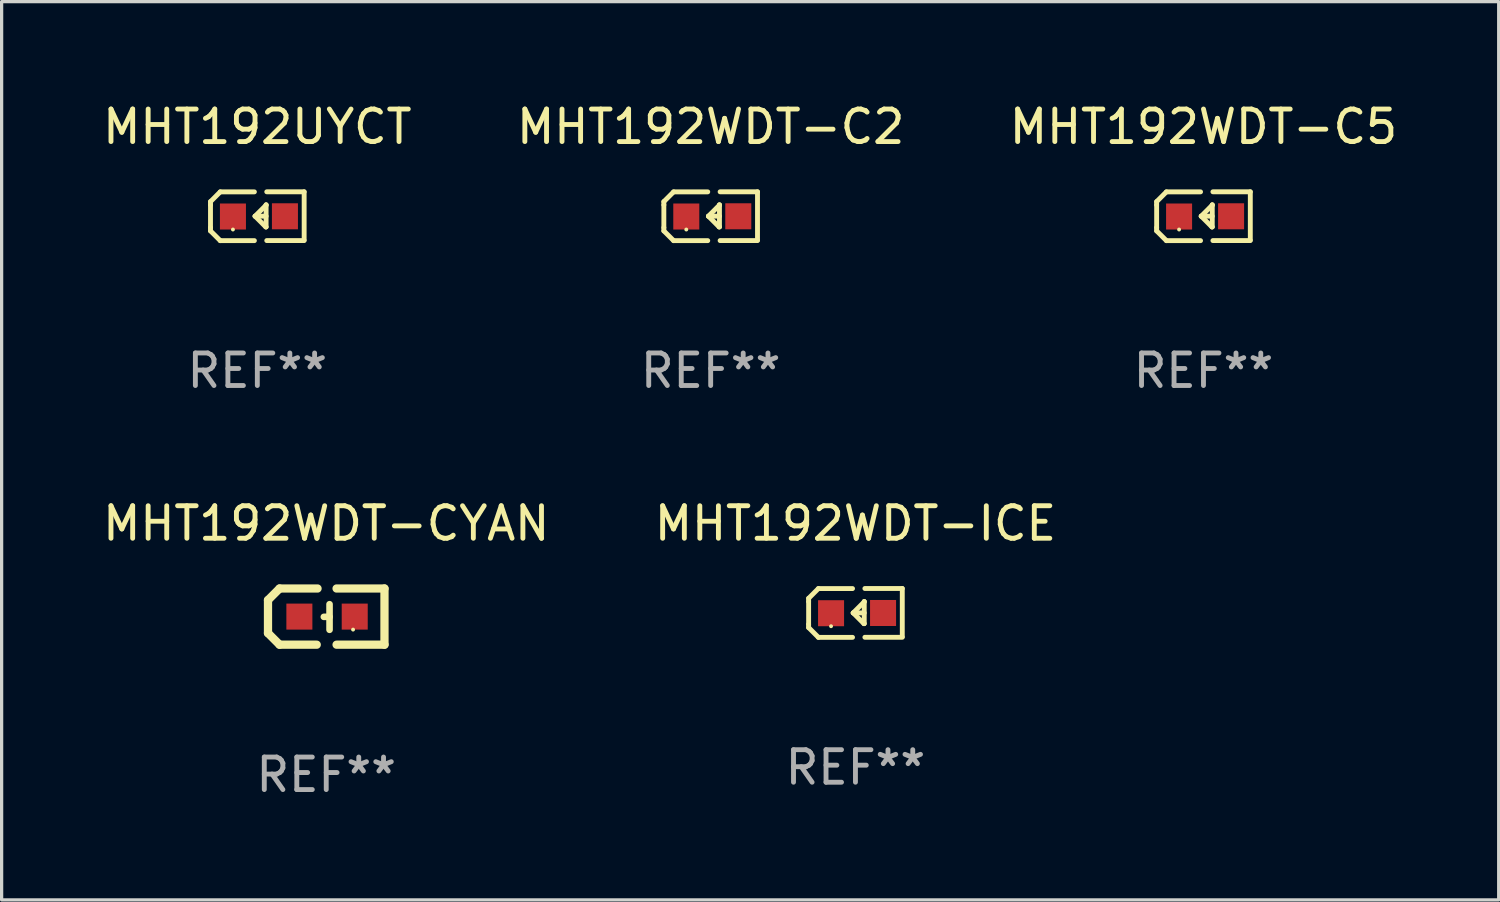
<source format=kicad_pcb>
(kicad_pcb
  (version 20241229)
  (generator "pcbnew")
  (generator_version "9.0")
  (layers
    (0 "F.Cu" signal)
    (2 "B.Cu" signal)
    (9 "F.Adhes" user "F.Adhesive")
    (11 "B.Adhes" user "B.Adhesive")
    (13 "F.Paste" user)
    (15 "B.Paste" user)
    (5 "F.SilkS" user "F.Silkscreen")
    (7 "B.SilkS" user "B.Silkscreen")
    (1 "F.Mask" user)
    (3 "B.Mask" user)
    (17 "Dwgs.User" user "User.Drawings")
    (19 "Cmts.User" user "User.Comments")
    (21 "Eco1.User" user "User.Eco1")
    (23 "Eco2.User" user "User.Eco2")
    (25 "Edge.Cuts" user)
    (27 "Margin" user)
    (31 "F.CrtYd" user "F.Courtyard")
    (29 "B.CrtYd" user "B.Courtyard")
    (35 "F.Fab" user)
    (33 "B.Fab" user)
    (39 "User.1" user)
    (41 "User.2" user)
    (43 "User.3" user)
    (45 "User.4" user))
  (footprint "MHT192WDT-ICE"
    (layer "F.Cu")
    (at 23.256 15.798)
    (property "Reference" "MHT192WDT-ICE" (at 0 -2.751 0) (layer "F.SilkS") (effects (font (size 1 1) (thickness 0.15))))
    (attr through_hole)
    (fp_line (start -1.44 -0.449) (end -1.14 -0.749) (stroke (width 0.15) (type solid)) (layer "F.SilkS"))
    (fp_line (start -1.44 -0.349) (end -1.44 -0.449) (stroke (width 0.15) (type solid)) (layer "F.SilkS"))
    (fp_line (start -1.44 -0.349) (end -1.44 0.351) (stroke (width 0.15) (type solid)) (layer "F.SilkS"))
    (fp_line (start -1.44 0.351) (end -1.44 0.451) (stroke (width 0.15) (type solid)) (layer "F.SilkS"))
    (fp_line (start -1.44 0.451) (end -1.14 0.751) (stroke (width 0.15) (type solid)) (layer "F.SilkS"))
    (fp_line (start -0.09 -0.749) (end -1.14 -0.749) (stroke (width 0.15) (type solid)) (layer "F.SilkS"))
    (fp_line (start -0.09 0.751) (end -1.14 0.751) (stroke (width 0.15) (type solid)) (layer "F.SilkS"))
    (fp_line (start 0.26 0.329) (end -0.07 -0.001) (stroke (width 0.15) (type solid)) (layer "F.SilkS"))
    (fp_line (start 0.27 -0.351) (end 0.27 -0.341) (stroke (width 0.15) (type solid)) (layer "F.SilkS"))
    (fp_line (start 0.27 -0.351) (end 0.27 0.329) (stroke (width 0.15) (type solid)) (layer "F.SilkS"))
    (fp_line (start 0.27 -0.341) (end -0.07 -0.001) (stroke (width 0.15) (type solid)) (layer "F.SilkS"))
    (fp_line (start 0.27 -0.001) (end -0.07 -0.001) (stroke (width 0.15) (type solid)) (layer "F.SilkS"))
    (fp_line (start 0.27 0.329) (end 0.26 0.329) (stroke (width 0.15) (type solid)) (layer "F.SilkS"))
    (fp_line (start 0.29 -0.751) (end 1.44 -0.751) (stroke (width 0.15) (type solid)) (layer "F.SilkS"))
    (fp_line (start 0.29 0.749) (end 1.44 0.749) (stroke (width 0.15) (type solid)) (layer "F.SilkS"))
    (fp_line (start 1.44 -0.751) (end 1.44 0.729) (stroke (width 0.15) (type solid)) (layer "F.SilkS"))
    (fp_circle (center -0.75 0.409) (end -0.72 0.409) (stroke (width 0.06) (type solid)) (fill no) (layer "F.SilkS"))
    (fp_text user "REF**" (at 0 4.751 0) (layer "F.Fab") (effects (font (size 1 1) (thickness 0.15))))
    (pad "1" smd rect (at -0.75 0.009 90) (size 0.8 0.8) (layers "F.Cu" "F.Mask" "F.Paste"))
    (pad "2" smd rect (at 0.849 0.002 90) (size 0.8 0.8) (layers "F.Cu" "F.Mask" "F.Paste")))
  (footprint "MHT192WDT-CYAN"
    (layer "F.Cu")
    (at 6.982 15.911)
    (property "Reference" "MHT192WDT-CYAN" (at 0 -2.864 0) (layer "F.SilkS") (effects (font (size 1 1) (thickness 0.15))))
    (attr through_hole)
    (fp_line (start -1.791 -0.508) (end -1.435 -0.864) (stroke (width 0.254) (type solid)) (layer "F.SilkS"))
    (fp_line (start -1.791 0.508) (end -1.791 -0.508) (stroke (width 0.254) (type solid)) (layer "F.SilkS"))
    (fp_line (start -1.435 0.864) (end -1.791 0.508) (stroke (width 0.254) (type solid)) (layer "F.SilkS"))
    (fp_line (start -0.292 0.864) (end -1.435 0.864) (stroke (width 0.254) (type solid)) (layer "F.SilkS"))
    (fp_line (start -0.267 -0.864) (end -1.435 -0.864) (stroke (width 0.254) (type solid)) (layer "F.SilkS"))
    (fp_line (start 0.102 0.008) (end -0.074 0.008) (stroke (width 0.203) (type solid)) (layer "F.SilkS"))
    (fp_line (start 0.102 0.406) (end 0.102 -0.381) (stroke (width 0.203) (type solid)) (layer "F.SilkS"))
    (fp_line (start 1.791 -0.864) (end 0.318 -0.864) (stroke (width 0.254) (type solid)) (layer "F.SilkS"))
    (fp_line (start 1.791 0.864) (end 0.318 0.864) (stroke (width 0.254) (type solid)) (layer "F.SilkS"))
    (fp_line (start 1.791 0.864) (end 1.791 -0.864) (stroke (width 0.254) (type solid)) (layer "F.SilkS"))
    (fp_circle (center 0.825 0.4) (end 0.855 0.4) (stroke (width 0.06) (type solid)) (fill no) (layer "F.SilkS"))
    (fp_text user "REF**" (at 0 4.864 0) (layer "F.Fab") (effects (font (size 1 1) (thickness 0.15))))
    (pad "1" smd rect (at 0.876 0 90) (size 0.8 0.8) (layers "F.Cu" "F.Mask" "F.Paste"))
    (pad "2" smd rect (at -0.826 0 90) (size 0.8 0.8) (layers "F.Cu" "F.Mask" "F.Paste")))
  (footprint "MHT192WDT-C5"
    (layer "F.Cu")
    (at 33.958 3.599)
    (property "Reference" "MHT192WDT-C5" (at 0 -2.751 0) (layer "F.SilkS") (effects (font (size 1 1) (thickness 0.15))))
    (attr through_hole)
    (fp_line (start -1.44 -0.449) (end -1.14 -0.749) (stroke (width 0.15) (type solid)) (layer "F.SilkS"))
    (fp_line (start -1.44 -0.349) (end -1.44 -0.449) (stroke (width 0.15) (type solid)) (layer "F.SilkS"))
    (fp_line (start -1.44 -0.349) (end -1.44 0.351) (stroke (width 0.15) (type solid)) (layer "F.SilkS"))
    (fp_line (start -1.44 0.351) (end -1.44 0.451) (stroke (width 0.15) (type solid)) (layer "F.SilkS"))
    (fp_line (start -1.44 0.451) (end -1.14 0.751) (stroke (width 0.15) (type solid)) (layer "F.SilkS"))
    (fp_line (start -0.09 -0.749) (end -1.14 -0.749) (stroke (width 0.15) (type solid)) (layer "F.SilkS"))
    (fp_line (start -0.09 0.751) (end -1.14 0.751) (stroke (width 0.15) (type solid)) (layer "F.SilkS"))
    (fp_line (start 0.26 0.329) (end -0.07 -0.001) (stroke (width 0.15) (type solid)) (layer "F.SilkS"))
    (fp_line (start 0.27 -0.351) (end 0.27 -0.341) (stroke (width 0.15) (type solid)) (layer "F.SilkS"))
    (fp_line (start 0.27 -0.351) (end 0.27 0.329) (stroke (width 0.15) (type solid)) (layer "F.SilkS"))
    (fp_line (start 0.27 -0.341) (end -0.07 -0.001) (stroke (width 0.15) (type solid)) (layer "F.SilkS"))
    (fp_line (start 0.27 -0.001) (end -0.07 -0.001) (stroke (width 0.15) (type solid)) (layer "F.SilkS"))
    (fp_line (start 0.27 0.329) (end 0.26 0.329) (stroke (width 0.15) (type solid)) (layer "F.SilkS"))
    (fp_line (start 0.29 -0.751) (end 1.44 -0.751) (stroke (width 0.15) (type solid)) (layer "F.SilkS"))
    (fp_line (start 0.29 0.749) (end 1.44 0.749) (stroke (width 0.15) (type solid)) (layer "F.SilkS"))
    (fp_line (start 1.44 -0.751) (end 1.44 0.729) (stroke (width 0.15) (type solid)) (layer "F.SilkS"))
    (fp_circle (center -0.75 0.409) (end -0.72 0.409) (stroke (width 0.06) (type solid)) (fill no) (layer "F.SilkS"))
    (fp_text user "REF**" (at 0 4.751 0) (layer "F.Fab") (effects (font (size 1 1) (thickness 0.15))))
    (pad "1" smd rect (at -0.75 0.009 90) (size 0.8 0.8) (layers "F.Cu" "F.Mask" "F.Paste"))
    (pad "2" smd rect (at 0.849 0.002 90) (size 0.8 0.8) (layers "F.Cu" "F.Mask" "F.Paste")))
  (footprint "MHT192UYCT"
    (layer "F.Cu")
    (at 4.863 3.599)
    (property "Reference" "MHT192UYCT" (at 0 -2.751 0) (layer "F.SilkS") (effects (font (size 1 1) (thickness 0.15))))
    (attr through_hole)
    (fp_line (start -1.44 -0.449) (end -1.14 -0.749) (stroke (width 0.15) (type solid)) (layer "F.SilkS"))
    (fp_line (start -1.44 -0.349) (end -1.44 -0.449) (stroke (width 0.15) (type solid)) (layer "F.SilkS"))
    (fp_line (start -1.44 -0.349) (end -1.44 0.351) (stroke (width 0.15) (type solid)) (layer "F.SilkS"))
    (fp_line (start -1.44 0.351) (end -1.44 0.451) (stroke (width 0.15) (type solid)) (layer "F.SilkS"))
    (fp_line (start -1.44 0.451) (end -1.14 0.751) (stroke (width 0.15) (type solid)) (layer "F.SilkS"))
    (fp_line (start -0.09 -0.749) (end -1.14 -0.749) (stroke (width 0.15) (type solid)) (layer "F.SilkS"))
    (fp_line (start -0.09 0.751) (end -1.14 0.751) (stroke (width 0.15) (type solid)) (layer "F.SilkS"))
    (fp_line (start 0.26 0.329) (end -0.07 -0.001) (stroke (width 0.15) (type solid)) (layer "F.SilkS"))
    (fp_line (start 0.27 -0.351) (end 0.27 -0.341) (stroke (width 0.15) (type solid)) (layer "F.SilkS"))
    (fp_line (start 0.27 -0.351) (end 0.27 0.329) (stroke (width 0.15) (type solid)) (layer "F.SilkS"))
    (fp_line (start 0.27 -0.341) (end -0.07 -0.001) (stroke (width 0.15) (type solid)) (layer "F.SilkS"))
    (fp_line (start 0.27 -0.001) (end -0.07 -0.001) (stroke (width 0.15) (type solid)) (layer "F.SilkS"))
    (fp_line (start 0.27 0.329) (end 0.26 0.329) (stroke (width 0.15) (type solid)) (layer "F.SilkS"))
    (fp_line (start 0.29 -0.751) (end 1.44 -0.751) (stroke (width 0.15) (type solid)) (layer "F.SilkS"))
    (fp_line (start 0.29 0.749) (end 1.44 0.749) (stroke (width 0.15) (type solid)) (layer "F.SilkS"))
    (fp_line (start 1.44 -0.751) (end 1.44 0.729) (stroke (width 0.15) (type solid)) (layer "F.SilkS"))
    (fp_circle (center -0.75 0.409) (end -0.72 0.409) (stroke (width 0.06) (type solid)) (fill no) (layer "F.SilkS"))
    (fp_text user "REF**" (at 0 4.751 0) (layer "F.Fab") (effects (font (size 1 1) (thickness 0.15))))
    (pad "1" smd rect (at -0.75 0.009 90) (size 0.8 0.8) (layers "F.Cu" "F.Mask" "F.Paste"))
    (pad "2" smd rect (at 0.849 0.002 90) (size 0.8 0.8) (layers "F.Cu" "F.Mask" "F.Paste")))
  (footprint "MHT192WDT-C2"
    (layer "F.Cu")
    (at 18.804 3.599)
    (property "Reference" "MHT192WDT-C2" (at 0 -2.751 0) (layer "F.SilkS") (effects (font (size 1 1) (thickness 0.15))))
    (attr through_hole)
    (fp_line (start -1.44 -0.449) (end -1.14 -0.749) (stroke (width 0.15) (type solid)) (layer "F.SilkS"))
    (fp_line (start -1.44 -0.349) (end -1.44 -0.449) (stroke (width 0.15) (type solid)) (layer "F.SilkS"))
    (fp_line (start -1.44 -0.349) (end -1.44 0.351) (stroke (width 0.15) (type solid)) (layer "F.SilkS"))
    (fp_line (start -1.44 0.351) (end -1.44 0.451) (stroke (width 0.15) (type solid)) (layer "F.SilkS"))
    (fp_line (start -1.44 0.451) (end -1.14 0.751) (stroke (width 0.15) (type solid)) (layer "F.SilkS"))
    (fp_line (start -0.09 -0.749) (end -1.14 -0.749) (stroke (width 0.15) (type solid)) (layer "F.SilkS"))
    (fp_line (start -0.09 0.751) (end -1.14 0.751) (stroke (width 0.15) (type solid)) (layer "F.SilkS"))
    (fp_line (start 0.26 0.329) (end -0.07 -0.001) (stroke (width 0.15) (type solid)) (layer "F.SilkS"))
    (fp_line (start 0.27 -0.351) (end 0.27 -0.341) (stroke (width 0.15) (type solid)) (layer "F.SilkS"))
    (fp_line (start 0.27 -0.351) (end 0.27 0.329) (stroke (width 0.15) (type solid)) (layer "F.SilkS"))
    (fp_line (start 0.27 -0.341) (end -0.07 -0.001) (stroke (width 0.15) (type solid)) (layer "F.SilkS"))
    (fp_line (start 0.27 -0.001) (end -0.07 -0.001) (stroke (width 0.15) (type solid)) (layer "F.SilkS"))
    (fp_line (start 0.27 0.329) (end 0.26 0.329) (stroke (width 0.15) (type solid)) (layer "F.SilkS"))
    (fp_line (start 0.29 -0.751) (end 1.44 -0.751) (stroke (width 0.15) (type solid)) (layer "F.SilkS"))
    (fp_line (start 0.29 0.749) (end 1.44 0.749) (stroke (width 0.15) (type solid)) (layer "F.SilkS"))
    (fp_line (start 1.44 -0.751) (end 1.44 0.729) (stroke (width 0.15) (type solid)) (layer "F.SilkS"))
    (fp_circle (center -0.75 0.409) (end -0.72 0.409) (stroke (width 0.06) (type solid)) (fill no) (layer "F.SilkS"))
    (fp_text user "REF**" (at 0 4.751 0) (layer "F.Fab") (effects (font (size 1 1) (thickness 0.15))))
    (pad "1" smd rect (at -0.75 0.009 90) (size 0.8 0.8) (layers "F.Cu" "F.Mask" "F.Paste"))
    (pad "2" smd rect (at 0.849 0.002 90) (size 0.8 0.8) (layers "F.Cu" "F.Mask" "F.Paste")))
  (gr_rect
    (start -3 -3)
    (end 43.036 24.623)
    (stroke (width 0.1) (type default))
    (fill no)
    (layer "Edge.Cuts")))
</source>
